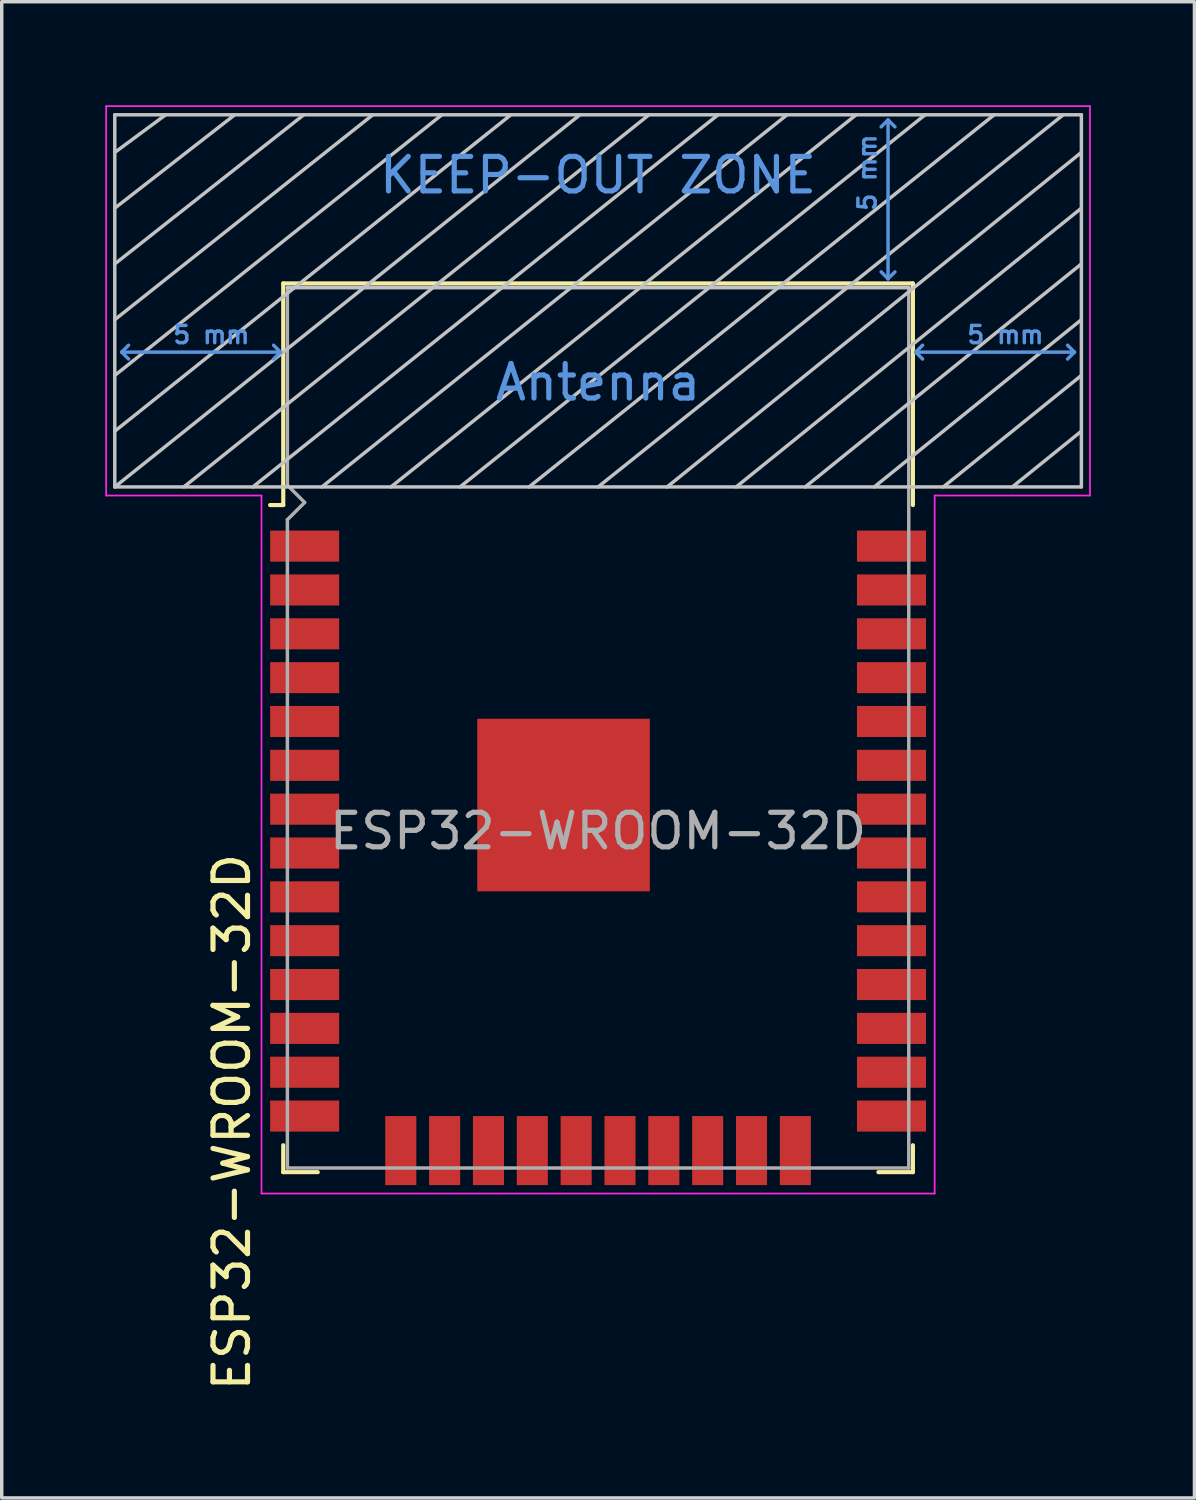
<source format=kicad_pcb>
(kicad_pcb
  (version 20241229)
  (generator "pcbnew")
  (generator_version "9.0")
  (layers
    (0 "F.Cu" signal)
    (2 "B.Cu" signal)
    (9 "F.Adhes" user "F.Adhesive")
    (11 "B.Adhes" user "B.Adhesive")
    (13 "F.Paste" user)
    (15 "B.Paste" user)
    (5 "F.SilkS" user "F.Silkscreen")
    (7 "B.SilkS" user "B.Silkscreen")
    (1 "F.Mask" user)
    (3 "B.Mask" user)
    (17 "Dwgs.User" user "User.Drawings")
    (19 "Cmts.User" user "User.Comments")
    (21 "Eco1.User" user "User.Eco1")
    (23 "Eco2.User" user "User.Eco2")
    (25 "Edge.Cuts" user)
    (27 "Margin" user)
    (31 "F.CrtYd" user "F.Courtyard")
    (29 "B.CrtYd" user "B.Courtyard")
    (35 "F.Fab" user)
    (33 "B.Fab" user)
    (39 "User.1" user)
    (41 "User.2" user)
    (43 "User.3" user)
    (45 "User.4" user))
  (footprint "ESP32-WROOM-32D"
    (layer "F.Cu")
    (at 14.275 21.025)
    (property "Reference" "ESP32-WROOM-32D" (at -10.61 8.43 90) (layer "F.SilkS") (effects (font (size 1 1) (thickness 0.15))))
    (attr smd)
    (fp_line (start -9.12 -15.865) (end -9.12 -9.445) (stroke (width 0.12) (type solid)) (layer "F.SilkS"))
    (fp_line (start -9.12 -15.865) (end 9.12 -15.865) (stroke (width 0.12) (type solid)) (layer "F.SilkS"))
    (fp_line (start -9.12 -9.445) (end -9.5 -9.445) (stroke (width 0.12) (type solid)) (layer "F.SilkS"))
    (fp_line (start -9.12 9.1) (end -9.12 9.88) (stroke (width 0.12) (type solid)) (layer "F.SilkS"))
    (fp_line (start -9.12 9.88) (end -8.12 9.88) (stroke (width 0.12) (type solid)) (layer "F.SilkS"))
    (fp_line (start 9.12 -15.865) (end 9.12 -9.445) (stroke (width 0.12) (type solid)) (layer "F.SilkS"))
    (fp_line (start 9.12 9.1) (end 9.12 9.88) (stroke (width 0.12) (type solid)) (layer "F.SilkS"))
    (fp_line (start 9.12 9.88) (end 8.12 9.88) (stroke (width 0.12) (type solid)) (layer "F.SilkS"))
    (fp_line (start -14 -9.97) (end -14 -20.75) (stroke (width 0.1) (type solid)) (layer "Dwgs.User"))
    (fp_line (start -12.525 -20.75) (end -14 -19.66) (stroke (width 0.1) (type solid)) (layer "Dwgs.User"))
    (fp_line (start -10.525 -20.75) (end -14 -18.045) (stroke (width 0.1) (type solid)) (layer "Dwgs.User"))
    (fp_line (start -9 -15.745) (end 9 -15.745) (stroke (width 0.1) (type solid)) (layer "Dwgs.User"))
    (fp_line (start -8.525 -20.75) (end -14 -16.43) (stroke (width 0.1) (type solid)) (layer "Dwgs.User"))
    (fp_line (start -8 -9.97) (end 5.475 -20.75) (stroke (width 0.1) (type solid)) (layer "Dwgs.User"))
    (fp_line (start -6.525 -20.75) (end -14 -14.815) (stroke (width 0.1) (type solid)) (layer "Dwgs.User"))
    (fp_line (start -4.525 -20.75) (end -14 -13.2) (stroke (width 0.1) (type solid)) (layer "Dwgs.User"))
    (fp_line (start -2.525 -20.75) (end -14 -11.585) (stroke (width 0.1) (type solid)) (layer "Dwgs.User"))
    (fp_line (start -0.525 -20.75) (end -14 -9.97) (stroke (width 0.1) (type solid)) (layer "Dwgs.User"))
    (fp_line (start 1.475 -20.75) (end -12 -9.97) (stroke (width 0.1) (type solid)) (layer "Dwgs.User"))
    (fp_line (start 3.475 -20.75) (end -10 -9.97) (stroke (width 0.1) (type solid)) (layer "Dwgs.User"))
    (fp_line (start 7.475 -20.75) (end -6 -9.97) (stroke (width 0.1) (type solid)) (layer "Dwgs.User"))
    (fp_line (start 9.475 -20.75) (end -4 -9.97) (stroke (width 0.1) (type solid)) (layer "Dwgs.User"))
    (fp_line (start 11.475 -20.75) (end -2 -9.97) (stroke (width 0.1) (type solid)) (layer "Dwgs.User"))
    (fp_line (start 13.475 -20.75) (end 0 -9.97) (stroke (width 0.1) (type solid)) (layer "Dwgs.User"))
    (fp_line (start 14 -20.75) (end -14 -20.75) (stroke (width 0.1) (type solid)) (layer "Dwgs.User"))
    (fp_line (start 14 -19.66) (end 2 -9.97) (stroke (width 0.1) (type solid)) (layer "Dwgs.User"))
    (fp_line (start 14 -18.045) (end 4 -9.97) (stroke (width 0.1) (type solid)) (layer "Dwgs.User"))
    (fp_line (start 14 -16.43) (end 6 -9.97) (stroke (width 0.1) (type solid)) (layer "Dwgs.User"))
    (fp_line (start 14 -14.815) (end 8 -9.97) (stroke (width 0.1) (type solid)) (layer "Dwgs.User"))
    (fp_line (start 14 -13.2) (end 10 -9.97) (stroke (width 0.1) (type solid)) (layer "Dwgs.User"))
    (fp_line (start 14 -11.585) (end 12 -9.97) (stroke (width 0.1) (type solid)) (layer "Dwgs.User"))
    (fp_line (start 14 -9.97) (end -14 -9.97) (stroke (width 0.1) (type solid)) (layer "Dwgs.User"))
    (fp_line (start 14 -9.97) (end 14 -20.75) (stroke (width 0.1) (type solid)) (layer "Dwgs.User"))
    (fp_line (start -13.8 -13.875) (end -13.6 -14.075) (stroke (width 0.1) (type solid)) (layer "Cmts.User"))
    (fp_line (start -13.8 -13.875) (end -13.6 -13.675) (stroke (width 0.1) (type solid)) (layer "Cmts.User"))
    (fp_line (start -13.8 -13.875) (end -9.2 -13.875) (stroke (width 0.1) (type solid)) (layer "Cmts.User"))
    (fp_line (start -9.2 -13.875) (end -9.4 -14.075) (stroke (width 0.1) (type solid)) (layer "Cmts.User"))
    (fp_line (start -9.2 -13.875) (end -9.4 -13.675) (stroke (width 0.1) (type solid)) (layer "Cmts.User"))
    (fp_line (start 8.4 -20.6) (end 8.2 -20.4) (stroke (width 0.1) (type solid)) (layer "Cmts.User"))
    (fp_line (start 8.4 -20.6) (end 8.6 -20.4) (stroke (width 0.1) (type solid)) (layer "Cmts.User"))
    (fp_line (start 8.4 -16) (end 8.2 -16.2) (stroke (width 0.1) (type solid)) (layer "Cmts.User"))
    (fp_line (start 8.4 -16) (end 8.4 -20.6) (stroke (width 0.1) (type solid)) (layer "Cmts.User"))
    (fp_line (start 8.4 -16) (end 8.6 -16.2) (stroke (width 0.1) (type solid)) (layer "Cmts.User"))
    (fp_line (start 9.2 -13.875) (end 9.4 -14.075) (stroke (width 0.1) (type solid)) (layer "Cmts.User"))
    (fp_line (start 9.2 -13.875) (end 9.4 -13.675) (stroke (width 0.1) (type solid)) (layer "Cmts.User"))
    (fp_line (start 9.2 -13.875) (end 13.8 -13.875) (stroke (width 0.1) (type solid)) (layer "Cmts.User"))
    (fp_line (start 13.8 -13.875) (end 13.6 -14.075) (stroke (width 0.1) (type solid)) (layer "Cmts.User"))
    (fp_line (start 13.8 -13.875) (end 13.6 -13.675) (stroke (width 0.1) (type solid)) (layer "Cmts.User"))
    (fp_line (start -14.25 -21) (end -14.25 -9.72) (stroke (width 0.05) (type solid)) (layer "F.CrtYd"))
    (fp_line (start -14.25 -21) (end 14.25 -21) (stroke (width 0.05) (type solid)) (layer "F.CrtYd"))
    (fp_line (start -14.25 -9.72) (end -9.75 -9.72) (stroke (width 0.05) (type solid)) (layer "F.CrtYd"))
    (fp_line (start -9.75 10.5) (end -9.75 -9.72) (stroke (width 0.05) (type solid)) (layer "F.CrtYd"))
    (fp_line (start -9.75 10.5) (end 9.75 10.5) (stroke (width 0.05) (type solid)) (layer "F.CrtYd"))
    (fp_line (start 9.75 -9.72) (end 9.75 10.5) (stroke (width 0.05) (type solid)) (layer "F.CrtYd"))
    (fp_line (start 9.75 -9.72) (end 14.25 -9.72) (stroke (width 0.05) (type solid)) (layer "F.CrtYd"))
    (fp_line (start 14.25 -21) (end 14.25 -9.72) (stroke (width 0.05) (type solid)) (layer "F.CrtYd"))
    (fp_line (start -9 -15.745) (end -9 -10.02) (stroke (width 0.1) (type solid)) (layer "F.Fab"))
    (fp_line (start -9 -15.745) (end 9 -15.745) (stroke (width 0.1) (type solid)) (layer "F.Fab"))
    (fp_line (start -9 -9.02) (end -9 9.76) (stroke (width 0.1) (type solid)) (layer "F.Fab"))
    (fp_line (start -9 -9.02) (end -8.5 -9.52) (stroke (width 0.1) (type solid)) (layer "F.Fab"))
    (fp_line (start -9 9.76) (end 9 9.76) (stroke (width 0.1) (type solid)) (layer "F.Fab"))
    (fp_line (start -8.5 -9.52) (end -9 -10.02) (stroke (width 0.1) (type solid)) (layer "F.Fab"))
    (fp_line (start 9 9.76) (end 9 -15.745) (stroke (width 0.1) (type solid)) (layer "F.Fab"))
    (fp_text user "KEEP-OUT ZONE" (at 0 -19 0) (layer "Cmts.User") (effects (font (size 1 1) (thickness 0.15))))
    (fp_text user "5 mm" (at 11.8 -14.375 0) (layer "Cmts.User") (effects (font (size 0.5 0.5) (thickness 0.1))))
    (fp_text user "5 mm" (at -11.2 -14.375 0) (layer "Cmts.User") (effects (font (size 0.5 0.5) (thickness 0.1))))
    (fp_text user "5 mm" (at 7.8 -19.075 90) (layer "Cmts.User") (effects (font (size 0.5 0.5) (thickness 0.1))))
    (fp_text user "Antenna" (at 0 -13 0) (layer "Cmts.User") (effects (font (size 1 1) (thickness 0.15))))
    (fp_text user "${REFERENCE}" (at 0 0 0) (layer "F.Fab") (effects (font (size 1 1) (thickness 0.15))))
    (pad "1" smd rect (at -8.5 -8.255) (size 2 0.9) (layers "F.Cu" "F.Mask" "F.Paste"))
    (pad "2" smd rect (at -8.5 -6.985) (size 2 0.9) (layers "F.Cu" "F.Mask" "F.Paste"))
    (pad "3" smd rect (at -8.5 -5.715) (size 2 0.9) (layers "F.Cu" "F.Mask" "F.Paste"))
    (pad "4" smd rect (at -8.5 -4.445) (size 2 0.9) (layers "F.Cu" "F.Mask" "F.Paste"))
    (pad "5" smd rect (at -8.5 -3.175) (size 2 0.9) (layers "F.Cu" "F.Mask" "F.Paste"))
    (pad "6" smd rect (at -8.5 -1.905) (size 2 0.9) (layers "F.Cu" "F.Mask" "F.Paste"))
    (pad "7" smd rect (at -8.5 -0.635) (size 2 0.9) (layers "F.Cu" "F.Mask" "F.Paste"))
    (pad "8" smd rect (at -8.5 0.635) (size 2 0.9) (layers "F.Cu" "F.Mask" "F.Paste"))
    (pad "9" smd rect (at -8.5 1.905) (size 2 0.9) (layers "F.Cu" "F.Mask" "F.Paste"))
    (pad "10" smd rect (at -8.5 3.175) (size 2 0.9) (layers "F.Cu" "F.Mask" "F.Paste"))
    (pad "11" smd rect (at -8.5 4.445) (size 2 0.9) (layers "F.Cu" "F.Mask" "F.Paste"))
    (pad "12" smd rect (at -8.5 5.715) (size 2 0.9) (layers "F.Cu" "F.Mask" "F.Paste"))
    (pad "13" smd rect (at -8.5 6.985) (size 2 0.9) (layers "F.Cu" "F.Mask" "F.Paste"))
    (pad "14" smd rect (at -8.5 8.255) (size 2 0.9) (layers "F.Cu" "F.Mask" "F.Paste"))
    (pad "15" smd rect (at -5.715 9.255 90) (size 2 0.9) (layers "F.Cu" "F.Mask" "F.Paste"))
    (pad "16" smd rect (at -4.445 9.255 90) (size 2 0.9) (layers "F.Cu" "F.Mask" "F.Paste"))
    (pad "17" smd rect (at -3.175 9.255 90) (size 2 0.9) (layers "F.Cu" "F.Mask" "F.Paste"))
    (pad "18" smd rect (at -1.905 9.255 90) (size 2 0.9) (layers "F.Cu" "F.Mask" "F.Paste"))
    (pad "19" smd rect (at -0.635 9.255 90) (size 2 0.9) (layers "F.Cu" "F.Mask" "F.Paste"))
    (pad "20" smd rect (at 0.635 9.255 90) (size 2 0.9) (layers "F.Cu" "F.Mask" "F.Paste"))
    (pad "21" smd rect (at 1.905 9.255 90) (size 2 0.9) (layers "F.Cu" "F.Mask" "F.Paste"))
    (pad "22" smd rect (at 3.175 9.255 90) (size 2 0.9) (layers "F.Cu" "F.Mask" "F.Paste"))
    (pad "23" smd rect (at 4.445 9.255 90) (size 2 0.9) (layers "F.Cu" "F.Mask" "F.Paste"))
    (pad "24" smd rect (at 5.715 9.255 90) (size 2 0.9) (layers "F.Cu" "F.Mask" "F.Paste"))
    (pad "25" smd rect (at 8.5 8.255) (size 2 0.9) (layers "F.Cu" "F.Mask" "F.Paste"))
    (pad "26" smd rect (at 8.5 6.985) (size 2 0.9) (layers "F.Cu" "F.Mask" "F.Paste"))
    (pad "27" smd rect (at 8.5 5.715) (size 2 0.9) (layers "F.Cu" "F.Mask" "F.Paste"))
    (pad "28" smd rect (at 8.5 4.445) (size 2 0.9) (layers "F.Cu" "F.Mask" "F.Paste"))
    (pad "29" smd rect (at 8.5 3.175) (size 2 0.9) (layers "F.Cu" "F.Mask" "F.Paste"))
    (pad "30" smd rect (at 8.5 1.905) (size 2 0.9) (layers "F.Cu" "F.Mask" "F.Paste"))
    (pad "31" smd rect (at 8.5 0.635) (size 2 0.9) (layers "F.Cu" "F.Mask" "F.Paste"))
    (pad "32" smd rect (at 8.5 -0.635) (size 2 0.9) (layers "F.Cu" "F.Mask" "F.Paste"))
    (pad "33" smd rect (at 8.5 -1.905) (size 2 0.9) (layers "F.Cu" "F.Mask" "F.Paste"))
    (pad "34" smd rect (at 8.5 -3.175) (size 2 0.9) (layers "F.Cu" "F.Mask" "F.Paste"))
    (pad "35" smd rect (at 8.5 -4.445) (size 2 0.9) (layers "F.Cu" "F.Mask" "F.Paste"))
    (pad "36" smd rect (at 8.5 -5.715) (size 2 0.9) (layers "F.Cu" "F.Mask" "F.Paste"))
    (pad "37" smd rect (at 8.5 -6.985) (size 2 0.9) (layers "F.Cu" "F.Mask" "F.Paste"))
    (pad "38" smd rect (at 8.5 -8.255) (size 2 0.9) (layers "F.Cu" "F.Mask" "F.Paste"))
    (pad "39" smd rect (at -1 -0.755) (size 5 5) (layers "F.Cu" "F.Mask" "F.Paste")))
  (gr_rect
    (start -3 -3)
    (end 31.55 40.342)
    (stroke (width 0.1) (type default))
    (fill no)
    (layer "Edge.Cuts")))
</source>
